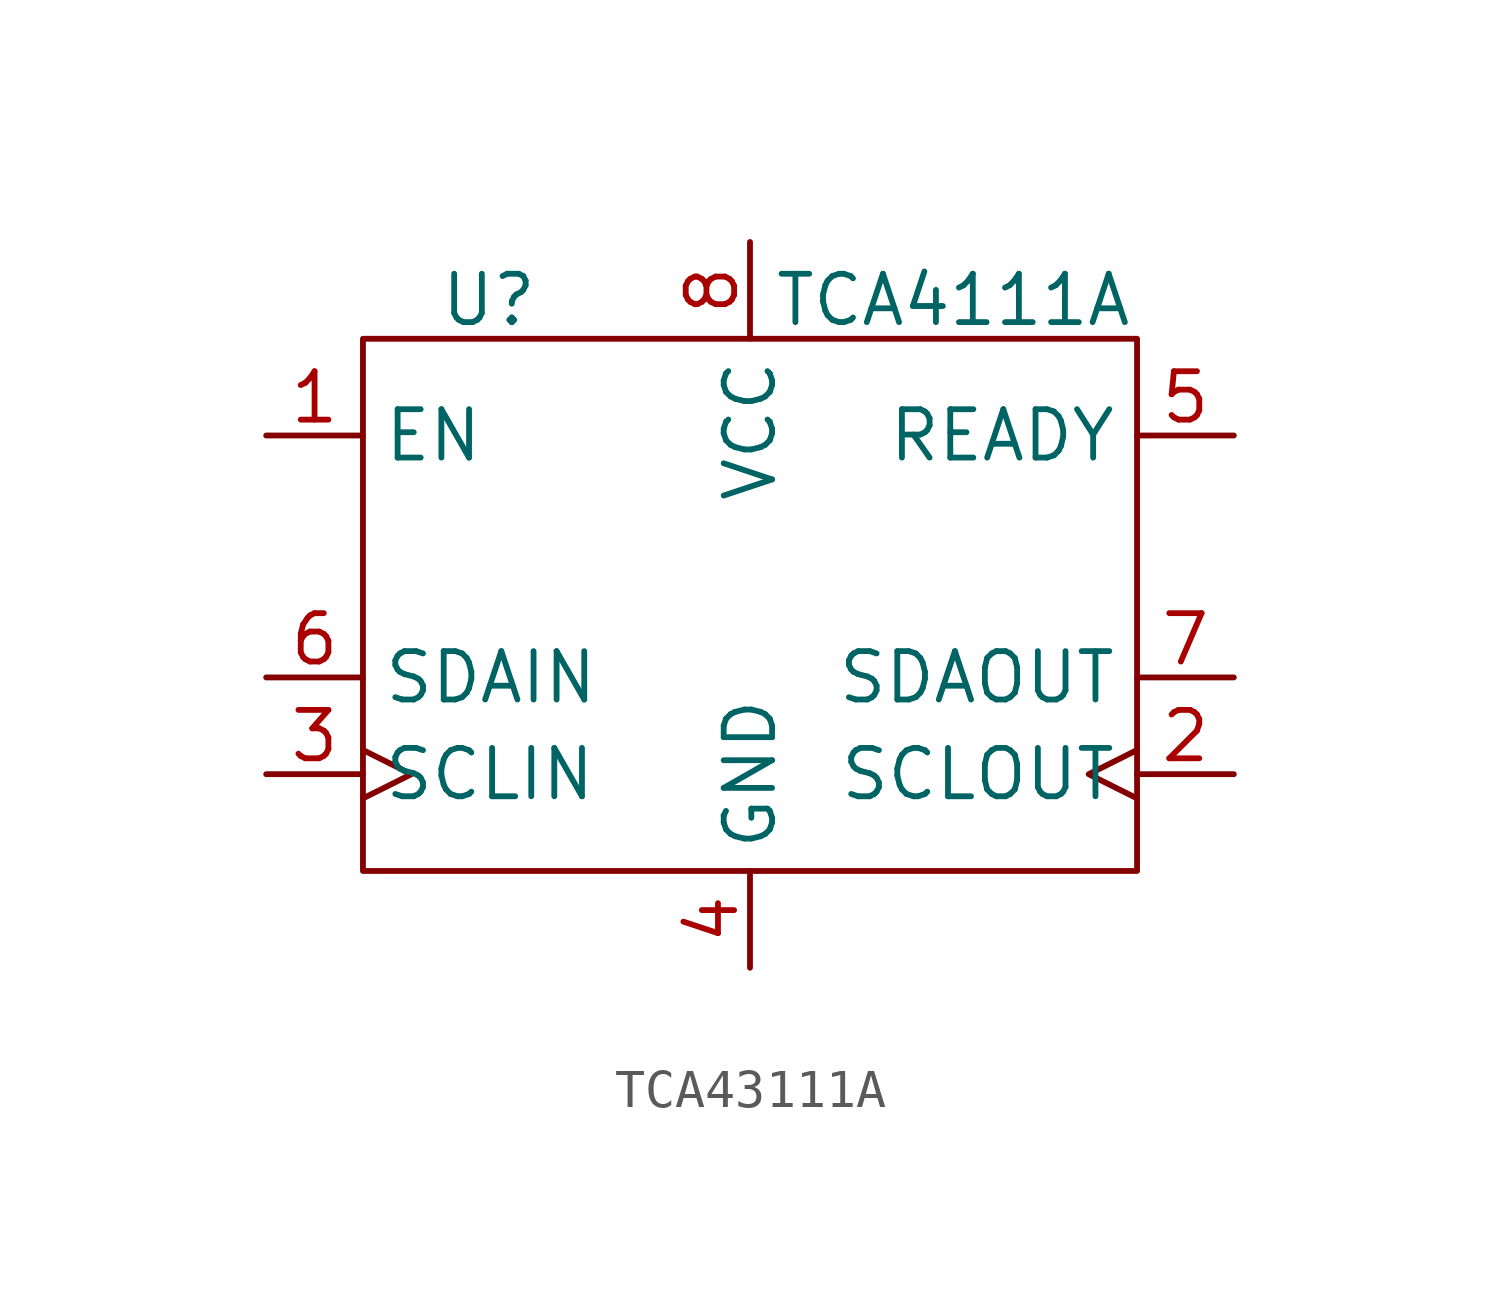
<source format=kicad_sym>
(kicad_symbol_lib
  (version 20241209)
  (generator "kicad_symbol_editor")
  (generator_version "9.0")
  (symbol "TCA43111A"
    (property "Reference" "U"
      (at -6.858 8.636 0)
      (effects (font (size 1.27 1.27))))
    (property "Value" "TCA4111A"
      (at 5.334 8.636 0)
      (effects (font (size 1.27 1.27))))
    (symbol "TCA43111A_0_1"
      (rectangle (start -10.16 7.62) (end 10.16 -6.35) (stroke (width 0) (type default)) (fill (type none))))
    (symbol "TCA43111A_1_1"
      (pin input line (at -12.7 5.08 0) (length 2.54) (name "EN" (effects (font (size 1.27 1.27)))) (number "1" (effects (font (size 1.27 1.27)))))
      (pin input line (at -12.7 -1.27 0) (length 2.54) (name "SDAIN" (effects (font (size 1.27 1.27)))) (number "6" (effects (font (size 1.27 1.27)))))
      (pin input clock (at -12.7 -3.81 0) (length 2.54) (name "SCLIN" (effects (font (size 1.27 1.27)))) (number "3" (effects (font (size 1.27 1.27)))))
      (pin power_in line (at 0 10.16 270) (length 2.54) (name "VCC" (effects (font (size 1.27 1.27)))) (number "8" (effects (font (size 1.27 1.27)))))
      (pin power_in line (at 0 -8.89 90) (length 2.54) (name "GND" (effects (font (size 1.27 1.27)))) (number "4" (effects (font (size 1.27 1.27)))))
      (pin open_collector line (at 12.7 5.08 180) (length 2.54) (name "READY" (effects (font (size 1.27 1.27)))) (number "5" (effects (font (size 1.27 1.27)))))
      (pin output line (at 12.7 -1.27 180) (length 2.54) (name "SDAOUT" (effects (font (size 1.27 1.27)))) (number "7" (effects (font (size 1.27 1.27)))))
      (pin output clock (at 12.7 -3.81 180) (length 2.54) (name "SCLOUT" (effects (font (size 1.27 1.27)))) (number "2" (effects (font (size 1.27 1.27))))))))
</source>
